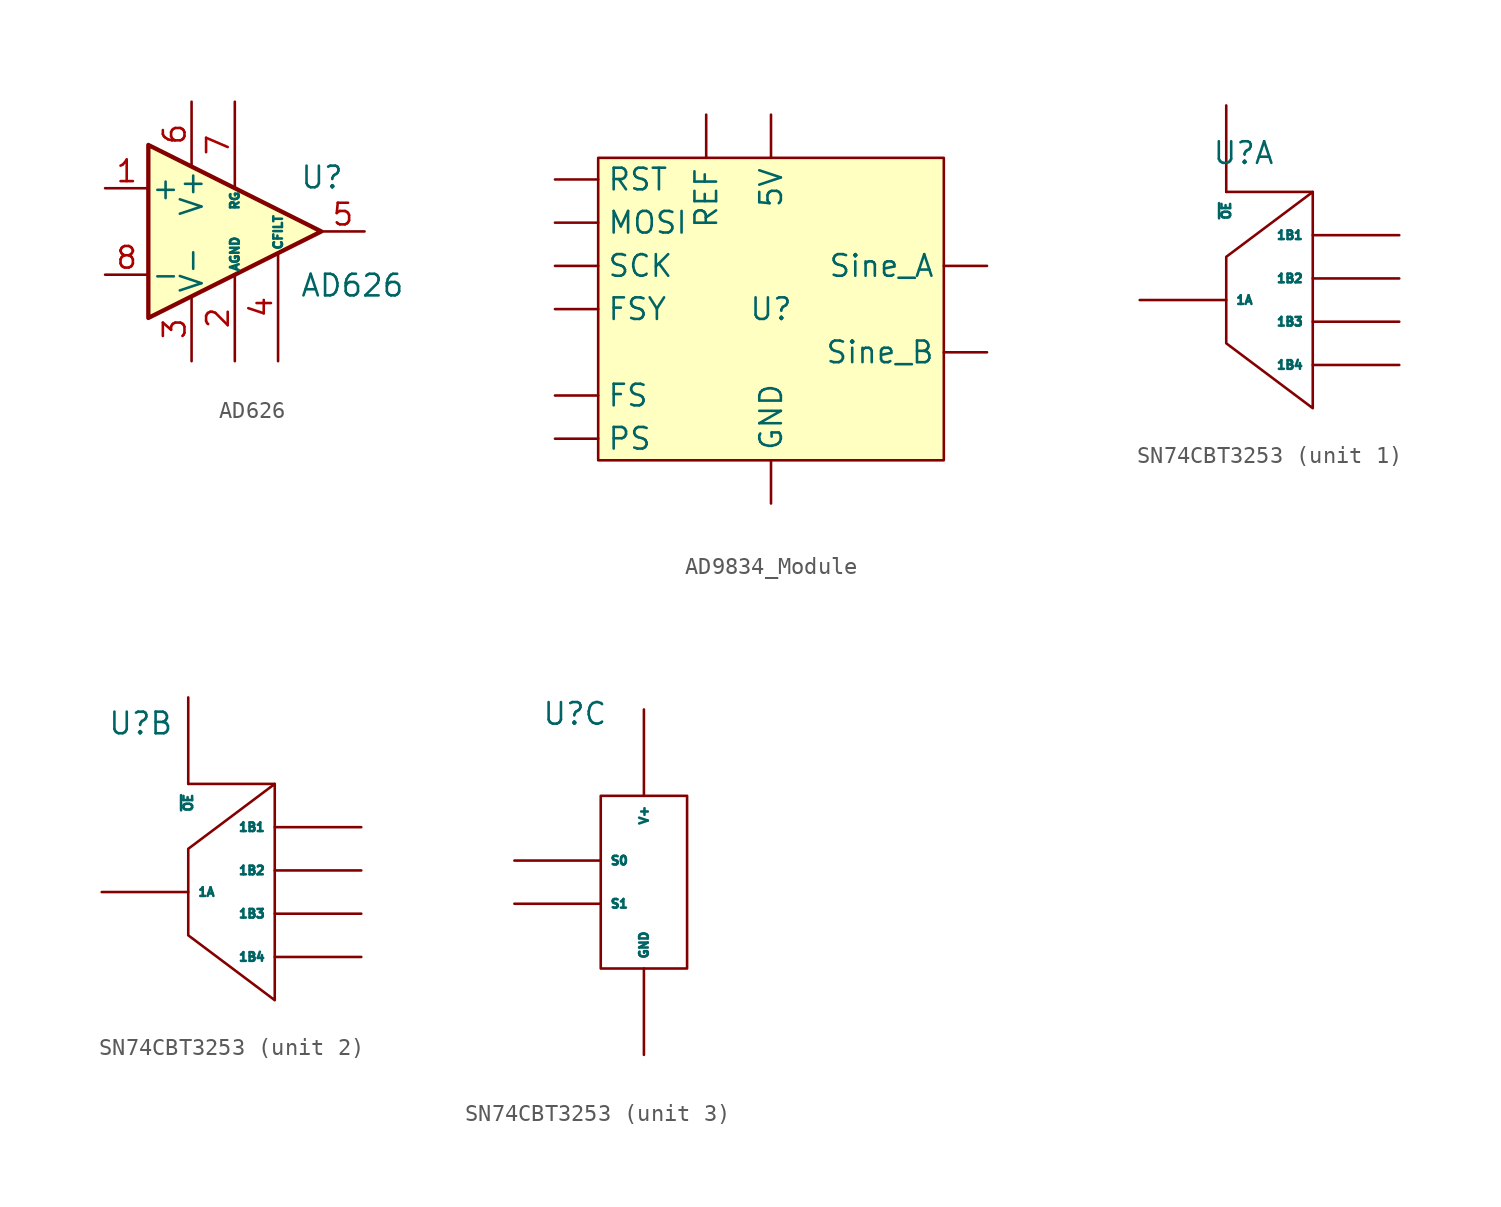
<source format=kicad_sym>
(kicad_symbol_lib
  (version 20241209)
  (generator "kicad_symbol_editor")
  (generator_version "9.0")
  (symbol "AD626"
    (pin_names
      (offset 0.127))
    (property "Reference" "U"
      (at 3.81 3.175 0)
      (effects (font (size 1.27 1.27)) (justify left)))
    (property "Value" "AD626"
      (at 3.81 -3.175 0)
      (effects (font (size 1.27 1.27)) (justify left)))
    (symbol "AD626_0_1"
      (polyline (pts (xy 5.08 0) (xy -5.08 5.08) (xy -5.08 -5.08) (xy 5.08 0)) (stroke (width 0.254) (type default)) (fill (type background))))
    (symbol "AD626_1_1"
      (pin input line (at -7.62 2.54 0) (length 2.54) (name "+" (effects (font (size 1.27 1.27)))) (number "1" (effects (font (size 1.27 1.27)))))
      (pin input line (at -7.62 -2.54 0) (length 2.54) (name "-" (effects (font (size 1.27 1.27)))) (number "8" (effects (font (size 1.27 1.27)))))
      (pin power_in line (at -2.54 7.62 270) (length 3.81) (name "V+" (effects (font (size 1.27 1.27)))) (number "6" (effects (font (size 1.27 1.27)))))
      (pin power_in line (at -2.54 -7.62 90) (length 3.81) (name "V-" (effects (font (size 1.27 1.27)))) (number "3" (effects (font (size 1.27 1.27)))))
      (pin passive line (at 0 7.62 270) (length 5.08) (name "RG" (effects (font (size 0.508 0.508)))) (number "7" (effects (font (size 1.27 1.27)))))
      (pin passive line (at 0 -7.62 90) (length 5.08) (name "AGND" (effects (font (size 0.508 0.508)))) (number "2" (effects (font (size 1.27 1.27)))))
      (pin passive line (at 2.54 -7.62 90) (length 6.35) (name "CFILT" (effects (font (size 0.508 0.508)))) (number "4" (effects (font (size 1.27 1.27)))))
      (pin output line (at 7.62 0 180) (length 2.54) (name "~" (effects (font (size 1.27 1.27)))) (number "5" (effects (font (size 1.27 1.27)))))))
  (symbol "AD9834_Module"
    (property "Reference" "U"
      (at 0 0 0)
      (effects (font (size 1.27 1.27))))
    (property "Value" ""
      (at 0 0 0)
      (effects (font (size 1.27 1.27))))
    (symbol "AD9834_Module_1_1"
      (rectangle (start -10.16 8.89) (end 10.16 -8.89) (stroke (width 0) (type solid)) (fill (type color) (color 255 255 194 1)))
      (pin input line (at -12.7 7.62 0) (length 2.54) (name "RST" (effects (font (size 1.27 1.27)))) (number "" (effects (font (size 1.27 1.27)))))
      (pin input line (at -12.7 5.08 0) (length 2.54) (name "MOSI" (effects (font (size 1.27 1.27)))) (number "" (effects (font (size 1.27 1.27)))))
      (pin input line (at -12.7 2.54 0) (length 2.54) (name "SCK" (effects (font (size 1.27 1.27)))) (number "" (effects (font (size 1.27 1.27)))))
      (pin input line (at -12.7 0 0) (length 2.54) (name "FSY" (effects (font (size 1.27 1.27)))) (number "" (effects (font (size 1.27 1.27)))))
      (pin input line (at -12.7 -5.08 0) (length 2.54) (name "FS" (effects (font (size 1.27 1.27)))) (number "" (effects (font (size 1.27 1.27)))))
      (pin input line (at -12.7 -7.62 0) (length 2.54) (name "PS" (effects (font (size 1.27 1.27)))) (number "" (effects (font (size 1.27 1.27)))))
      (pin input line (at -3.81 11.43 270) (length 2.54) (name "REF" (effects (font (size 1.27 1.27)))) (number "" (effects (font (size 1.27 1.27)))))
      (pin power_in line (at 0 11.43 270) (length 2.54) (name "5V" (effects (font (size 1.27 1.27)))) (number "" (effects (font (size 1.27 1.27)))))
      (pin power_in line (at 0 -11.43 90) (length 2.54) (name "GND" (effects (font (size 1.27 1.27)))) (number "" (effects (font (size 1.27 1.27)))))
      (pin output line (at 12.7 2.54 180) (length 2.54) (name "Sine_A" (effects (font (size 1.27 1.27)))) (number "" (effects (font (size 1.27 1.27)))))
      (pin output line (at 12.7 -2.54 180) (length 2.54) (name "Sine_B" (effects (font (size 1.27 1.27)))) (number "" (effects (font (size 1.27 1.27)))))))
  (symbol "SN74CBT3253"
    (property "Reference" "U"
      (at -2.794 9.906 0)
      (effects (font (size 1.27 1.27))))
    (property "Value" ""
      (at 0 0 0)
      (effects (font (size 1.27 1.27))))
    (property "ki_locked" ""
      (at 0 0 0)
      (effects (font (size 1.27 1.27))))
    (symbol "SN74CBT3253_1_1"
      (polyline (pts (xy -3.81 7.62) (xy 1.27 7.62)) (stroke (width 0) (type default)) (fill (type none)))
      (polyline (pts (xy -3.81 3.81) (xy -3.81 -1.27) (xy 1.27 -5.08) (xy 1.27 7.62) (xy -3.81 3.81)) (stroke (width 0) (type default)) (fill (type none)))
      (pin passive line (at -8.89 1.27 0) (length 5.08) (name "1A" (effects (font (size 0.508 0.508)))) (number "" (effects (font (size 1.27 1.27)))))
      (pin passive line (at -3.81 12.7 270) (length 5.08) (name "~{OE}" (effects (font (size 0.508 0.508)))) (number "" (effects (font (size 1.27 1.27)))))
      (pin passive line (at 6.35 5.08 180) (length 5.08) (name "1B1" (effects (font (size 0.508 0.508)))) (number "" (effects (font (size 1.27 1.27)))))
      (pin passive line (at 6.35 2.54 180) (length 5.08) (name "1B2" (effects (font (size 0.508 0.508)))) (number "" (effects (font (size 1.27 1.27)))))
      (pin passive line (at 6.35 0 180) (length 5.08) (name "1B3" (effects (font (size 0.508 0.508)))) (number "" (effects (font (size 1.27 1.27)))))
      (pin passive line (at 6.35 -2.54 180) (length 5.08) (name "1B4" (effects (font (size 0.508 0.508)))) (number "" (effects (font (size 1.27 1.27))))))
    (symbol "SN74CBT3253_2_1"
      (polyline (pts (xy 0 6.35) (xy 5.08 6.35)) (stroke (width 0) (type default)) (fill (type none)))
      (polyline (pts (xy 0 2.54) (xy 0 -2.54) (xy 5.08 -6.35) (xy 5.08 6.35) (xy 0 2.54)) (stroke (width 0) (type default)) (fill (type none)))
      (pin passive line (at -5.08 0 0) (length 5.08) (name "1A" (effects (font (size 0.508 0.508)))) (number "" (effects (font (size 1.27 1.27)))))
      (pin passive line (at 0 11.43 270) (length 5.08) (name "~{OE}" (effects (font (size 0.508 0.508)))) (number "" (effects (font (size 1.27 1.27)))))
      (pin passive line (at 10.16 3.81 180) (length 5.08) (name "1B1" (effects (font (size 0.508 0.508)))) (number "" (effects (font (size 1.27 1.27)))))
      (pin passive line (at 10.16 1.27 180) (length 5.08) (name "1B2" (effects (font (size 0.508 0.508)))) (number "" (effects (font (size 1.27 1.27)))))
      (pin passive line (at 10.16 -1.27 180) (length 5.08) (name "1B3" (effects (font (size 0.508 0.508)))) (number "" (effects (font (size 1.27 1.27)))))
      (pin passive line (at 10.16 -3.81 180) (length 5.08) (name "1B4" (effects (font (size 0.508 0.508)))) (number "" (effects (font (size 1.27 1.27))))))
    (symbol "SN74CBT3253_3_1"
      (rectangle (start -1.27 5.08) (end 3.81 -5.08) (stroke (width 0) (type default)) (fill (type none)))
      (pin input line (at -6.35 1.27 0) (length 5.08) (name "S0" (effects (font (size 0.508 0.508)))) (number "" (effects (font (size 1.27 1.27)))))
      (pin input line (at -6.35 -1.27 0) (length 5.08) (name "S1" (effects (font (size 0.508 0.508)))) (number "" (effects (font (size 1.27 1.27)))))
      (pin power_in line (at 1.27 10.16 270) (length 5.08) (name "V+" (effects (font (size 0.508 0.508)))) (number "" (effects (font (size 1.27 1.27)))))
      (pin power_in line (at 1.27 -10.16 90) (length 5.08) (name "GND" (effects (font (size 0.508 0.508)))) (number "" (effects (font (size 1.27 1.27))))))))
</source>
